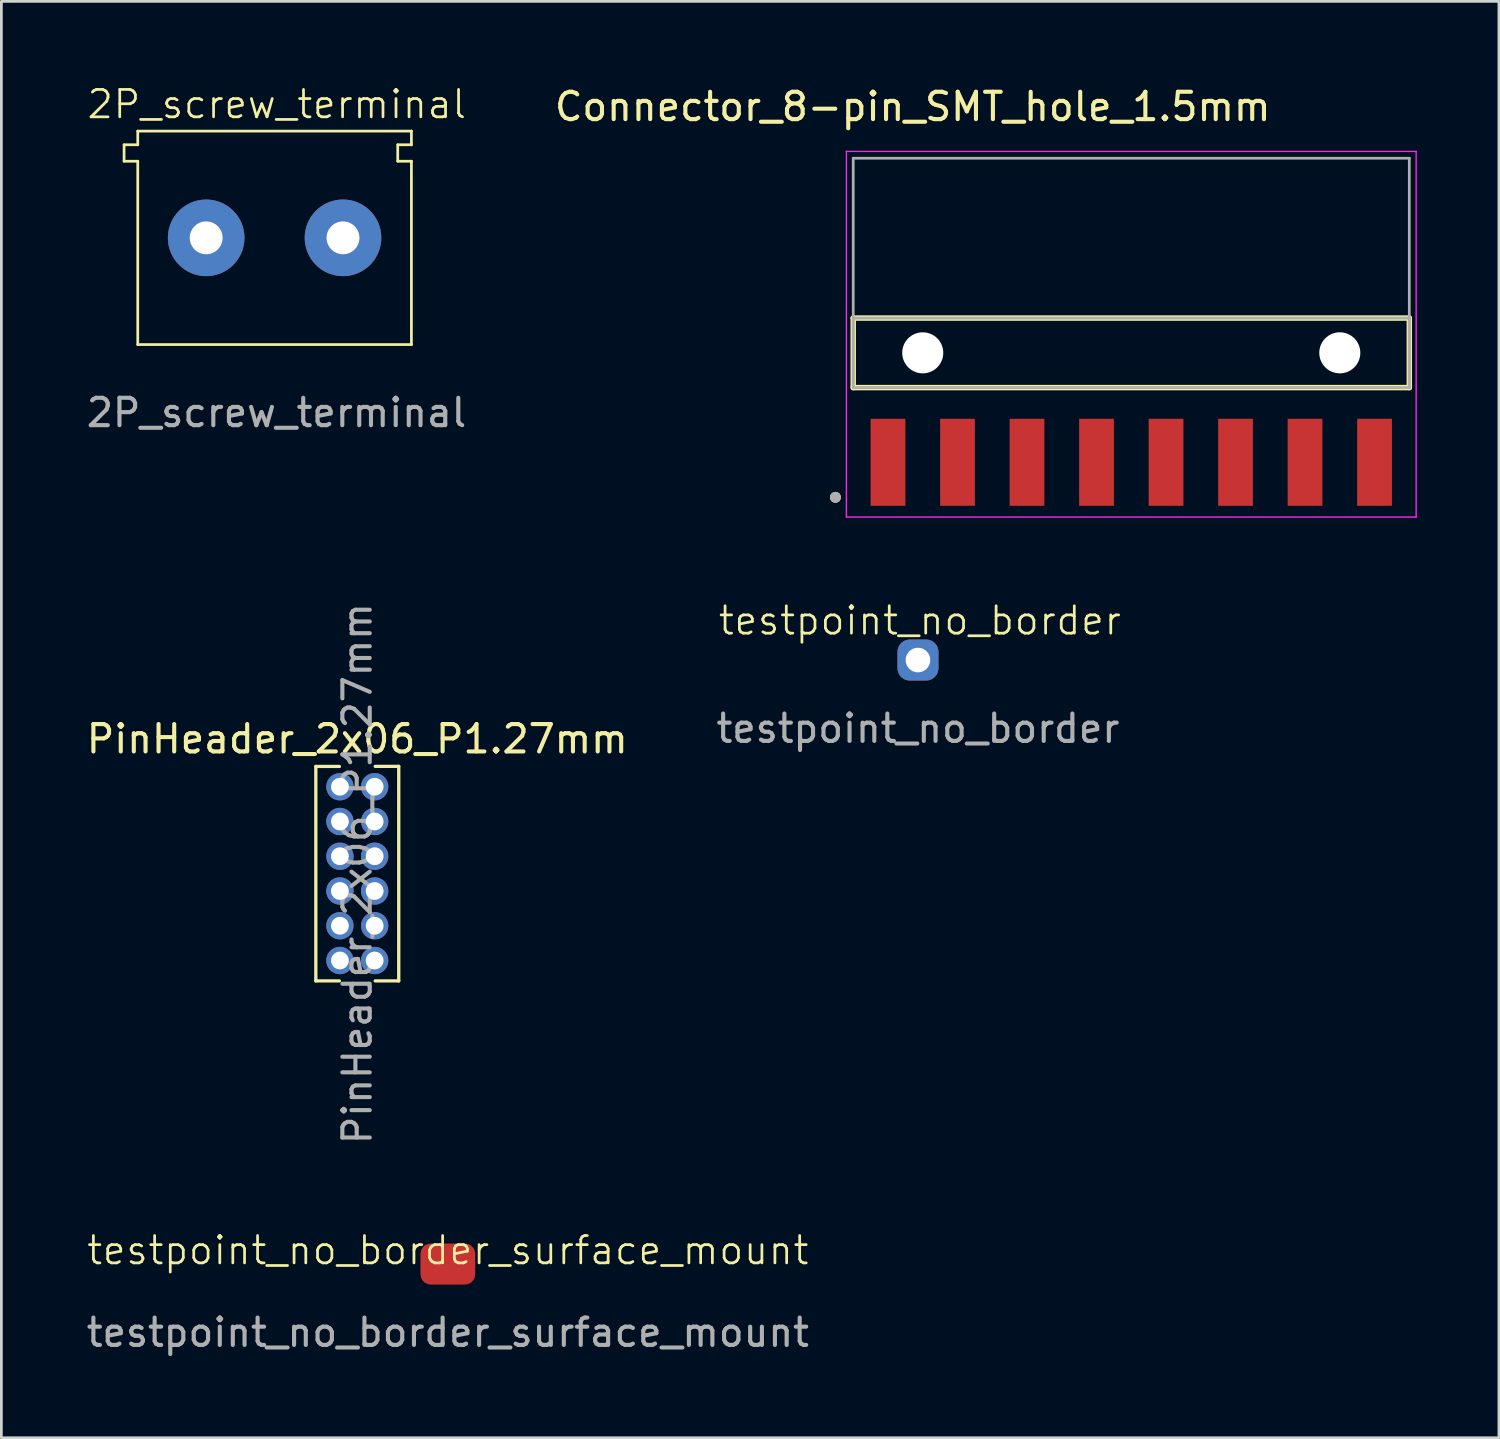
<source format=kicad_pcb>
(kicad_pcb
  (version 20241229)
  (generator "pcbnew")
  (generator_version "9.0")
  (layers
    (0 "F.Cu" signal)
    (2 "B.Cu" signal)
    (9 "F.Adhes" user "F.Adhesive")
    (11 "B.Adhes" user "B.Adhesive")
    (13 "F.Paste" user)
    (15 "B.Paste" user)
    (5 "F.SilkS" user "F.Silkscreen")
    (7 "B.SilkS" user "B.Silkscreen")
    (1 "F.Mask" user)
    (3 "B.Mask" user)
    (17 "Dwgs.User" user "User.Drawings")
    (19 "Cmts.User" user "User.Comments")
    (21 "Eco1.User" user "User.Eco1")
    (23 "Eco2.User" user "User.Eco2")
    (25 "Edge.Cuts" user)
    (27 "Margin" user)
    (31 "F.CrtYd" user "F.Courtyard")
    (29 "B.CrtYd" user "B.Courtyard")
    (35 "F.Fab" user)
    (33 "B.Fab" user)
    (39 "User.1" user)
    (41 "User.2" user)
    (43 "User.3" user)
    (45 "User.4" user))
  (footprint "testpoint_no_border"
    (layer "F.Cu")
    (at 30.494 21.069)
    (property "Reference" "testpoint_no_border" (at 0.07 -1.44 0) (unlocked yes) (layer "F.SilkS") (effects (font (size 1 1) (thickness 0.1))))
    (attr smd)
    (fp_text user "${REFERENCE}" (at 0 2.5 0) (unlocked yes) (layer "F.Fab") (effects (font (size 1 1) (thickness 0.15))))
    (pad "1" thru_hole roundrect (at 0 0) (size 1.5 1.5) (drill 0.9) (layers "*.Cu" "*.Mask") (roundrect_rratio 0.3)))
  (footprint "2P_screw_terminal"
    (layer "F.Cu")
    (at 6.984 5.641)
    (property "Reference" "2P_screw_terminal" (at 0.08 -4.88 0) (unlocked yes) (layer "F.SilkS") (effects (font (size 1 1) (thickness 0.1))))
    (attr smd)
    (fp_line (start -5.5 -3.4) (end -5.5 -2.8) (stroke (width 0.1) (type default)) (layer "F.SilkS"))
    (fp_line (start -5.5 -2.8) (end -5 -2.8) (stroke (width 0.1) (type solid)) (layer "F.SilkS"))
    (fp_line (start -5 -3.9) (end -5 -3.4) (stroke (width 0.1) (type default)) (layer "F.SilkS"))
    (fp_line (start -5 -3.9) (end 5 -3.9) (stroke (width 0.1) (type solid)) (layer "F.SilkS"))
    (fp_line (start -5 -3.4) (end -5.5 -3.4) (stroke (width 0.1) (type solid)) (layer "F.SilkS"))
    (fp_line (start -5 -2.8) (end -5 3.9) (stroke (width 0.1) (type default)) (layer "F.SilkS"))
    (fp_line (start -5 3.9) (end 5 3.9) (stroke (width 0.1) (type solid)) (layer "F.SilkS"))
    (fp_line (start 4.5 -3.4) (end 4.5 -2.8) (stroke (width 0.1) (type default)) (layer "F.SilkS"))
    (fp_line (start 4.5 -3.4) (end 5 -3.4) (stroke (width 0.1) (type solid)) (layer "F.SilkS"))
    (fp_line (start 5 -3.4) (end 5 -3.9) (stroke (width 0.1) (type default)) (layer "F.SilkS"))
    (fp_line (start 5 -2.8) (end 4.5 -2.8) (stroke (width 0.1) (type solid)) (layer "F.SilkS"))
    (fp_line (start 5 -2.8) (end 5 3.9) (stroke (width 0.1) (type default)) (layer "F.SilkS"))
    (fp_text user "${REFERENCE}" (at 0.07 6.39 0) (unlocked yes) (layer "F.Fab") (effects (font (size 1 1) (thickness 0.15))))
    (pad "1" thru_hole circle (at -2.5 0) (size 2.8 2.8) (drill 1.2) (layers "*.Cu" "*.Mask"))
    (pad "2" thru_hole circle (at 2.5 0) (size 2.8 2.8) (drill 1.2) (layers "*.Cu" "*.Mask")))
  (footprint "testpoint_no_border_surface_mount"
    (layer "F.Cu")
    (at 13.315 43.141)
    (property "Reference" "testpoint_no_border_surface_mount" (at 0 -0.5 0) (unlocked yes) (layer "F.SilkS") (effects (font (size 1 1) (thickness 0.1))))
    (attr smd)
    (fp_text user "${REFERENCE}" (at 0 2.5 0) (unlocked yes) (layer "F.Fab") (effects (font (size 1 1) (thickness 0.15))))
    (pad "1" smd roundrect (at 0 0) (size 2 1.5) (layers "F.Cu" "F.Mask" "F.Paste") (roundrect_rratio 0.25)))
  (footprint "Connector_8-pin_SMT_hole_1.5mm"
    (layer "F.Cu")
    (at 38.289 9.843)
    (property "Reference" "Connector_8-pin_SMT_hole_1.5mm" (at -7.985 -8.995 0) (layer "F.SilkS") (effects (font (size 1 1) (thickness 0.15))))
    (attr smd)
    (fp_line (start -10.16 1.27) (end -10.16 -1.27) (stroke (width 0.2) (type solid)) (layer "F.SilkS"))
    (fp_line (start 10.16 -1.27) (end -10.16 -1.27) (stroke (width 0.2) (type solid)) (layer "F.SilkS"))
    (fp_line (start 10.16 -1.27) (end 10.16 1.27) (stroke (width 0.2) (type solid)) (layer "F.SilkS"))
    (fp_line (start 10.16 1.27) (end -10.16 1.27) (stroke (width 0.2) (type solid)) (layer "F.SilkS"))
    (fp_circle (center -10.81 5.28) (end -10.71 5.28) (stroke (width 0.2) (type solid)) (fill no) (layer "F.SilkS"))
    (fp_line (start -10.41 -7.36) (end 10.41 -7.36) (stroke (width 0.05) (type solid)) (layer "F.CrtYd"))
    (fp_line (start -10.41 6) (end -10.41 -7.36) (stroke (width 0.05) (type solid)) (layer "F.CrtYd"))
    (fp_line (start 10.41 -7.36) (end 10.41 6) (stroke (width 0.05) (type solid)) (layer "F.CrtYd"))
    (fp_line (start 10.41 6) (end -10.41 6) (stroke (width 0.05) (type solid)) (layer "F.CrtYd"))
    (fp_line (start -10.16 -7.11) (end 10.16 -7.11) (stroke (width 0.1) (type solid)) (layer "F.Fab"))
    (fp_line (start -10.16 -1.27) (end 10.16 -1.27) (stroke (width 0.1) (type solid)) (layer "F.Fab"))
    (fp_line (start -10.16 1.27) (end -10.16 -7.11) (stroke (width 0.1) (type solid)) (layer "F.Fab"))
    (fp_line (start -10.16 1.27) (end -10.16 -1.27) (stroke (width 0.1) (type solid)) (layer "F.Fab"))
    (fp_line (start 10.16 -7.11) (end 10.16 1.27) (stroke (width 0.1) (type solid)) (layer "F.Fab"))
    (fp_line (start 10.16 -1.27) (end 10.16 1.27) (stroke (width 0.1) (type solid)) (layer "F.Fab"))
    (fp_line (start 10.16 1.27) (end -10.16 1.27) (stroke (width 0.1) (type solid)) (layer "F.Fab"))
    (fp_circle (center -10.81 5.28) (end -10.71 5.28) (stroke (width 0.2) (type solid)) (fill no) (layer "F.Fab"))
    (pad "" np_thru_hole circle (at -7.62 0) (size 1.5 1.5) (drill 1.5) (layers "*.Cu" "*.Mask"))
    (pad "" np_thru_hole circle (at 7.62 0) (size 1.5 1.5) (drill 1.5) (layers "*.Cu" "*.Mask"))
    (pad "1" smd rect (at -8.89 4) (size 1.27 3.18) (layers "F.Cu" "F.Mask" "F.Paste"))
    (pad "2" smd rect (at -6.35 4) (size 1.27 3.18) (layers "F.Cu" "F.Mask" "F.Paste"))
    (pad "3" smd rect (at -3.81 4) (size 1.27 3.18) (layers "F.Cu" "F.Mask" "F.Paste"))
    (pad "4" smd rect (at -1.27 4) (size 1.27 3.18) (layers "F.Cu" "F.Mask" "F.Paste"))
    (pad "5" smd rect (at 1.27 4) (size 1.27 3.18) (layers "F.Cu" "F.Mask" "F.Paste"))
    (pad "6" smd rect (at 3.81 4) (size 1.27 3.18) (layers "F.Cu" "F.Mask" "F.Paste"))
    (pad "7" smd rect (at 6.35 4) (size 1.27 3.18) (layers "F.Cu" "F.Mask" "F.Paste"))
    (pad "8" smd rect (at 8.89 4) (size 1.27 3.18) (layers "F.Cu" "F.Mask" "F.Paste")))
  (footprint "PinHeader_2x06_P1.27mm"
    (layer "F.Cu")
    (at 9.371 25.699)
    (property "Reference" "PinHeader_2x06_P1.27mm" (at 0.635 -1.745 0) (layer "F.SilkS") (effects (font (size 1 1) (thickness 0.15))))
    (attr through_hole)
    (fp_line (start -0.88 -0.741) (end -0.88 7.095) (stroke (width 0.12) (type solid)) (layer "F.SilkS"))
    (fp_line (start -0.88 -0.741) (end -0.018 -0.741) (stroke (width 0.12) (type solid)) (layer "F.SilkS"))
    (fp_line (start -0.88 7.095) (end -0.018 7.095) (stroke (width 0.12) (type solid)) (layer "F.SilkS"))
    (fp_line (start 1.288 -0.745) (end 2.15 -0.745) (stroke (width 0.12) (type solid)) (layer "F.SilkS"))
    (fp_line (start 1.288 7.095) (end 2.15 7.095) (stroke (width 0.12) (type solid)) (layer "F.SilkS"))
    (fp_line (start 2.15 -0.745) (end 2.15 7.095) (stroke (width 0.12) (type solid)) (layer "F.SilkS"))
    (fp_text user "${REFERENCE}" (at 0.635 3.175 90) (layer "F.Fab") (effects (font (size 1 1) (thickness 0.15))))
    (pad "1" thru_hole circle (at 0 0) (size 1 1) (drill 0.65) (layers "*.Cu" "*.Mask"))
    (pad "2" thru_hole circle (at 1.27 0) (size 1 1) (drill 0.65) (layers "*.Cu" "*.Mask"))
    (pad "3" thru_hole circle (at 0 1.27) (size 1 1) (drill 0.65) (layers "*.Cu" "*.Mask"))
    (pad "4" thru_hole circle (at 1.27 1.27) (size 1 1) (drill 0.65) (layers "*.Cu" "*.Mask"))
    (pad "5" thru_hole circle (at 0 2.54) (size 1 1) (drill 0.65) (layers "*.Cu" "*.Mask"))
    (pad "6" thru_hole circle (at 1.27 2.54) (size 1 1) (drill 0.65) (layers "*.Cu" "*.Mask"))
    (pad "7" thru_hole circle (at 0 3.81) (size 1 1) (drill 0.65) (layers "*.Cu" "*.Mask"))
    (pad "8" thru_hole circle (at 1.27 3.81) (size 1 1) (drill 0.65) (layers "*.Cu" "*.Mask"))
    (pad "9" thru_hole circle (at 0 5.08) (size 1 1) (drill 0.65) (layers "*.Cu" "*.Mask"))
    (pad "10" thru_hole circle (at 1.27 5.08) (size 1 1) (drill 0.65) (layers "*.Cu" "*.Mask"))
    (pad "11" thru_hole circle (at 0 6.35) (size 1 1) (drill 0.65) (layers "*.Cu" "*.Mask"))
    (pad "12" thru_hole circle (at 1.27 6.35) (size 1 1) (drill 0.65) (layers "*.Cu" "*.Mask")))
  (gr_rect
    (start -3 -3)
    (end 51.724 49.489)
    (stroke (width 0.1) (type default))
    (fill no)
    (layer "Edge.Cuts")))
</source>
